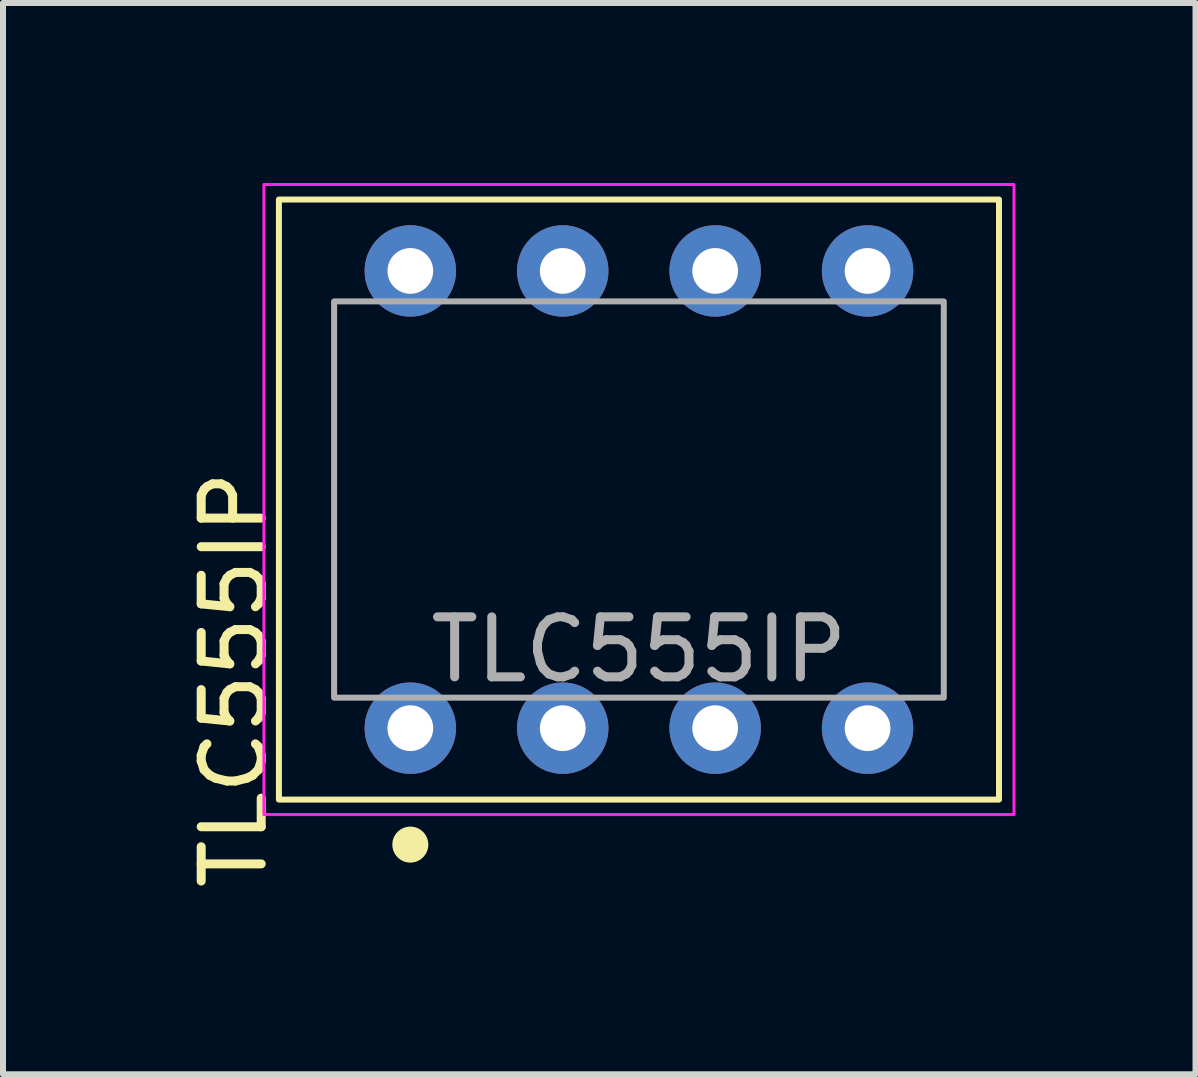
<source format=kicad_pcb>
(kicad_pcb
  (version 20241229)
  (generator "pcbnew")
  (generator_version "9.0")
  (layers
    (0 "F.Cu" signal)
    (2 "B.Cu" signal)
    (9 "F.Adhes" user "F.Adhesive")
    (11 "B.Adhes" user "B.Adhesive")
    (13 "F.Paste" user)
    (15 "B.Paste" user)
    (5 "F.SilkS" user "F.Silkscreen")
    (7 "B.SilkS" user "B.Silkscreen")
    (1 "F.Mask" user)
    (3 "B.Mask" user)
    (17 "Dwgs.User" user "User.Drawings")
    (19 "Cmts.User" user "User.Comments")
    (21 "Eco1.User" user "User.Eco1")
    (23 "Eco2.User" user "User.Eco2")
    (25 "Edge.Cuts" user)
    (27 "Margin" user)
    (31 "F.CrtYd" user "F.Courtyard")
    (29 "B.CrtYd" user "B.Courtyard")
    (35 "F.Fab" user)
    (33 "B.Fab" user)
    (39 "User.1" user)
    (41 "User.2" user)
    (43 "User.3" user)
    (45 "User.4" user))
  (footprint "TLC555IP"
    (layer "F.Cu")
    (at 7.598 5.275)
    (property "Reference" "TLC555IP" (at -6.75 3 90) (unlocked yes) (layer "F.SilkS") (effects (font (size 1 1) (thickness 0.15))))
    (attr through_hole)
    (fp_rect (start -6 -5) (end 6 5) (stroke (width 0.1) (type default)) (fill no) (layer "F.SilkS"))
    (fp_circle (center -3.81 5.75) (end -3.56 5.75) (stroke (width 0.1) (type solid)) (fill yes) (layer "F.SilkS"))
    (fp_rect (start -6.25 -5.25) (end 6.25 5.25) (stroke (width 0.05) (type default)) (fill no) (layer "F.CrtYd"))
    (fp_rect (start -5.08 3.302) (end 5.08 -3.302) (stroke (width 0.1) (type default)) (fill no) (layer "F.Fab"))
    (fp_text user "${REFERENCE}" (at 0 2.5 0) (unlocked yes) (layer "F.Fab") (effects (font (size 1 1) (thickness 0.15))))
    (pad "1" thru_hole circle (at -3.81 3.81) (size 1.524 1.524) (drill 0.762) (layers "*.Cu" "*.Mask"))
    (pad "2" thru_hole circle (at -1.27 3.81) (size 1.524 1.524) (drill 0.762) (layers "*.Cu" "*.Mask"))
    (pad "3" thru_hole circle (at 1.27 3.81) (size 1.524 1.524) (drill 0.762) (layers "*.Cu" "*.Mask"))
    (pad "4" thru_hole circle (at 3.81 3.81) (size 1.524 1.524) (drill 0.762) (layers "*.Cu" "*.Mask"))
    (pad "5" thru_hole circle (at 3.81 -3.81) (size 1.524 1.524) (drill 0.762) (layers "*.Cu" "*.Mask"))
    (pad "6" thru_hole circle (at 1.27 -3.81) (size 1.524 1.524) (drill 0.762) (layers "*.Cu" "*.Mask"))
    (pad "7" thru_hole circle (at -1.27 -3.81) (size 1.524 1.524) (drill 0.762) (layers "*.Cu" "*.Mask"))
    (pad "8" thru_hole circle (at -3.81 -3.81) (size 1.524 1.524) (drill 0.762) (layers "*.Cu" "*.Mask")))
  (gr_rect
    (start -3 -3)
    (end 16.873 14.852)
    (stroke (width 0.1) (type default))
    (fill no)
    (layer "Edge.Cuts")))
</source>
